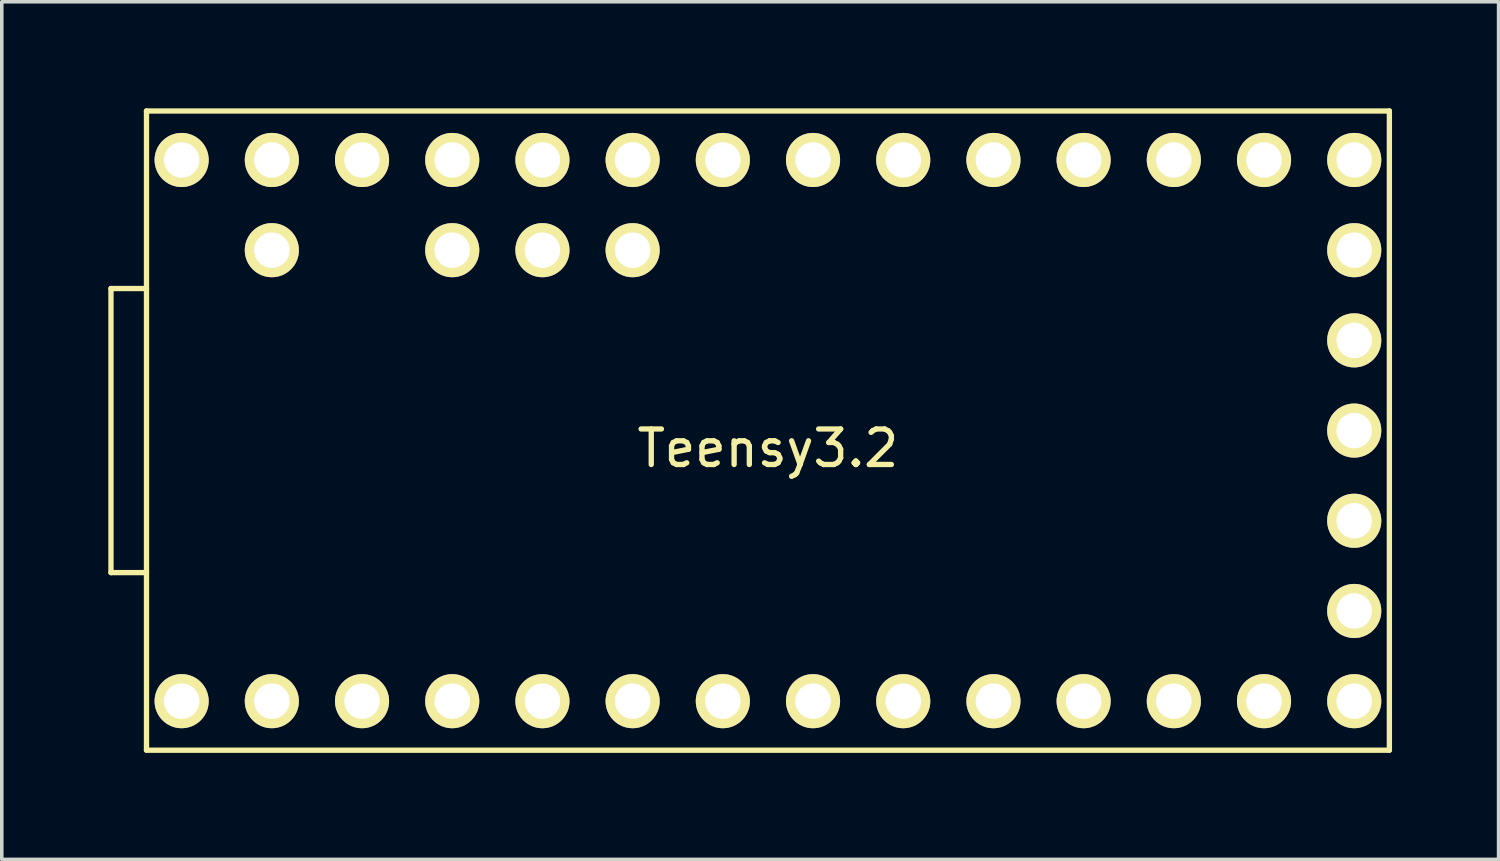
<source format=kicad_pcb>
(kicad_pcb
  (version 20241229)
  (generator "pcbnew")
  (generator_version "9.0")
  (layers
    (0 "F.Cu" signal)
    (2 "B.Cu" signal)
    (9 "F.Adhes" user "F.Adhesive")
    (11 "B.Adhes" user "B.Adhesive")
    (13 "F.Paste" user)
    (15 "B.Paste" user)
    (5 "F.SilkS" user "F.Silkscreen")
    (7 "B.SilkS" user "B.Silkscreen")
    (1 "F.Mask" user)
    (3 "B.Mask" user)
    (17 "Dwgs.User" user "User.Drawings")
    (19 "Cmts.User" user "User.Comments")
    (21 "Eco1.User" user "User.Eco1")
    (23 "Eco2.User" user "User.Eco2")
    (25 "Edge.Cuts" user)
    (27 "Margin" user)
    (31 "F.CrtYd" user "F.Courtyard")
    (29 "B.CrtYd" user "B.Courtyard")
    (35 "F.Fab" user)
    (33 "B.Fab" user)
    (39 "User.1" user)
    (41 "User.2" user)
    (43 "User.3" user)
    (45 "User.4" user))
  (footprint "Teensy3.2"
    (layer "F.Cu")
    (at 18.575 9.075)
    (property "Reference" "Teensy3.2" (at 0 0.5 0) (layer "F.SilkS") (effects (font (size 1 1) (thickness 0.15))))
    (attr through_hole)
    (fp_line (start -18.5 -4) (end -18.5 4) (stroke (width 0.15) (type solid)) (layer "F.SilkS"))
    (fp_line (start -18.5 4) (end -17.5 4) (stroke (width 0.15) (type solid)) (layer "F.SilkS"))
    (fp_line (start -17.5 -9) (end 17.5 -9) (stroke (width 0.15) (type solid)) (layer "F.SilkS"))
    (fp_line (start -17.5 -4) (end -18.5 -4) (stroke (width 0.15) (type solid)) (layer "F.SilkS"))
    (fp_line (start -17.5 9) (end -17.5 -9) (stroke (width 0.15) (type solid)) (layer "F.SilkS"))
    (fp_line (start 17.5 -9) (end 17.5 9) (stroke (width 0.15) (type solid)) (layer "F.SilkS"))
    (fp_line (start 17.5 9) (end -17.5 9) (stroke (width 0.15) (type solid)) (layer "F.SilkS"))
    (pad "1" thru_hole circle (at -16.51 7.62) (size 1.524 1.524) (drill 1) (layers "*.Cu" "*.Mask" "F.SilkS"))
    (pad "2" thru_hole circle (at -13.97 7.62) (size 1.524 1.524) (drill 1) (layers "*.Cu" "*.Mask" "F.SilkS"))
    (pad "3" thru_hole circle (at -11.43 7.62) (size 1.524 1.524) (drill 1) (layers "*.Cu" "*.Mask" "F.SilkS"))
    (pad "4" thru_hole circle (at -8.89 7.62) (size 1.524 1.524) (drill 1) (layers "*.Cu" "*.Mask" "F.SilkS"))
    (pad "5" thru_hole circle (at -6.35 7.62) (size 1.524 1.524) (drill 1) (layers "*.Cu" "*.Mask" "F.SilkS"))
    (pad "6" thru_hole circle (at -3.81 7.62) (size 1.524 1.524) (drill 1) (layers "*.Cu" "*.Mask" "F.SilkS"))
    (pad "7" thru_hole circle (at -1.27 7.62) (size 1.524 1.524) (drill 1) (layers "*.Cu" "*.Mask" "F.SilkS"))
    (pad "8" thru_hole circle (at 1.27 7.62) (size 1.524 1.524) (drill 1) (layers "*.Cu" "*.Mask" "F.SilkS"))
    (pad "9" thru_hole circle (at 3.81 7.62) (size 1.524 1.524) (drill 1) (layers "*.Cu" "*.Mask" "F.SilkS"))
    (pad "10" thru_hole circle (at 6.35 7.62) (size 1.524 1.524) (drill 1) (layers "*.Cu" "*.Mask" "F.SilkS"))
    (pad "11" thru_hole circle (at 8.89 7.62) (size 1.524 1.524) (drill 1) (layers "*.Cu" "*.Mask" "F.SilkS"))
    (pad "12" thru_hole circle (at 11.43 7.62) (size 1.524 1.524) (drill 1) (layers "*.Cu" "*.Mask" "F.SilkS"))
    (pad "13" thru_hole circle (at 13.97 7.62) (size 1.524 1.524) (drill 1) (layers "*.Cu" "*.Mask" "F.SilkS"))
    (pad "14" thru_hole circle (at 16.51 7.62) (size 1.524 1.524) (drill 1) (layers "*.Cu" "*.Mask" "F.SilkS"))
    (pad "15" thru_hole circle (at 16.51 5.08) (size 1.524 1.524) (drill 1) (layers "*.Cu" "*.Mask" "F.SilkS"))
    (pad "16" thru_hole circle (at 16.51 2.54) (size 1.524 1.524) (drill 1) (layers "*.Cu" "*.Mask" "F.SilkS"))
    (pad "17" thru_hole circle (at 16.51 0) (size 1.524 1.524) (drill 1) (layers "*.Cu" "*.Mask" "F.SilkS"))
    (pad "18" thru_hole circle (at 16.51 -2.54) (size 1.524 1.524) (drill 1) (layers "*.Cu" "*.Mask" "F.SilkS"))
    (pad "19" thru_hole circle (at 16.51 -5.08) (size 1.524 1.524) (drill 1) (layers "*.Cu" "*.Mask" "F.SilkS"))
    (pad "20" thru_hole circle (at 16.51 -7.62) (size 1.524 1.524) (drill 1) (layers "*.Cu" "*.Mask" "F.SilkS"))
    (pad "21" thru_hole circle (at 13.97 -7.62) (size 1.524 1.524) (drill 1) (layers "*.Cu" "*.Mask" "F.SilkS"))
    (pad "22" thru_hole circle (at 11.43 -7.62) (size 1.524 1.524) (drill 1) (layers "*.Cu" "*.Mask" "F.SilkS"))
    (pad "23" thru_hole circle (at 8.89 -7.62) (size 1.524 1.524) (drill 1) (layers "*.Cu" "*.Mask" "F.SilkS"))
    (pad "24" thru_hole circle (at 6.35 -7.62) (size 1.524 1.524) (drill 1) (layers "*.Cu" "*.Mask" "F.SilkS"))
    (pad "25" thru_hole circle (at 3.81 -7.62) (size 1.524 1.524) (drill 1) (layers "*.Cu" "*.Mask" "F.SilkS"))
    (pad "26" thru_hole circle (at 1.27 -7.62) (size 1.524 1.524) (drill 1) (layers "*.Cu" "*.Mask" "F.SilkS"))
    (pad "27" thru_hole circle (at -1.27 -7.62) (size 1.524 1.524) (drill 1) (layers "*.Cu" "*.Mask" "F.SilkS"))
    (pad "28" thru_hole circle (at -3.81 -7.62) (size 1.524 1.524) (drill 1) (layers "*.Cu" "*.Mask" "F.SilkS"))
    (pad "29" thru_hole circle (at -6.35 -7.62) (size 1.524 1.524) (drill 1) (layers "*.Cu" "*.Mask" "F.SilkS"))
    (pad "30" thru_hole circle (at -8.89 -7.62) (size 1.524 1.524) (drill 1) (layers "*.Cu" "*.Mask" "F.SilkS"))
    (pad "31" thru_hole circle (at -11.43 -7.62) (size 1.524 1.524) (drill 1) (layers "*.Cu" "*.Mask" "F.SilkS"))
    (pad "32" thru_hole circle (at -13.97 -7.62) (size 1.524 1.524) (drill 1) (layers "*.Cu" "*.Mask" "F.SilkS"))
    (pad "33" thru_hole circle (at -16.51 -7.62) (size 1.524 1.524) (drill 1) (layers "*.Cu" "*.Mask" "F.SilkS"))
    (pad "34" thru_hole circle (at -13.97 -5.08) (size 1.524 1.524) (drill 1) (layers "*.Cu" "*.Mask" "F.SilkS"))
    (pad "35" thru_hole circle (at -8.89 -5.08) (size 1.524 1.524) (drill 1) (layers "*.Cu" "*.Mask" "F.SilkS"))
    (pad "36" thru_hole circle (at -6.35 -5.08) (size 1.524 1.524) (drill 1) (layers "*.Cu" "*.Mask" "F.SilkS"))
    (pad "37" thru_hole circle (at -3.81 -5.08) (size 1.524 1.524) (drill 1) (layers "*.Cu" "*.Mask" "F.SilkS")))
  (gr_rect
    (start -3 -3)
    (end 39.15 21.15)
    (stroke (width 0.1) (type default))
    (fill no)
    (layer "Edge.Cuts")))
</source>
